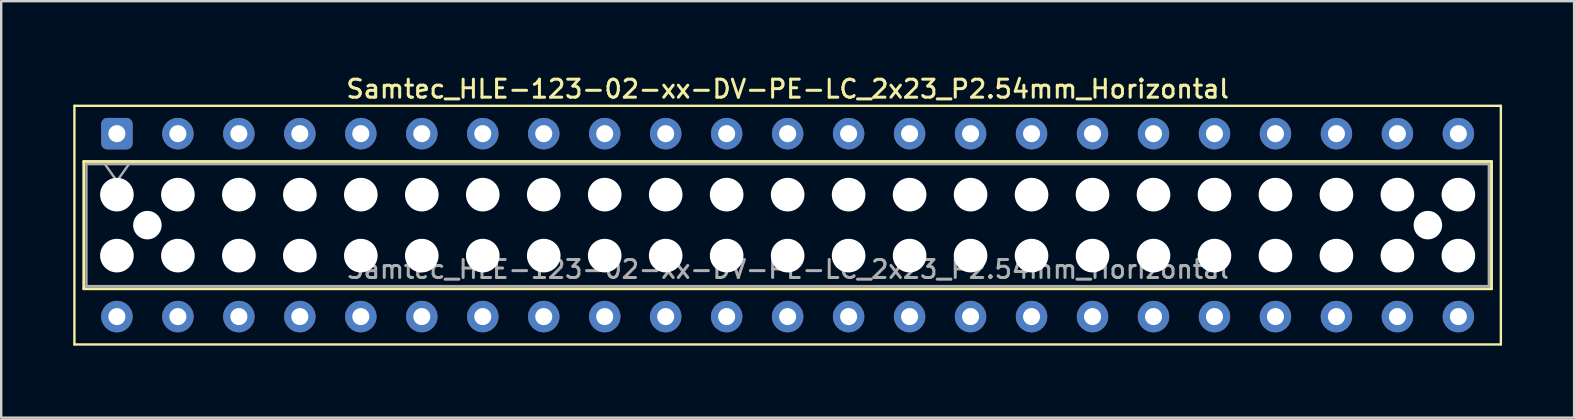
<source format=kicad_pcb>
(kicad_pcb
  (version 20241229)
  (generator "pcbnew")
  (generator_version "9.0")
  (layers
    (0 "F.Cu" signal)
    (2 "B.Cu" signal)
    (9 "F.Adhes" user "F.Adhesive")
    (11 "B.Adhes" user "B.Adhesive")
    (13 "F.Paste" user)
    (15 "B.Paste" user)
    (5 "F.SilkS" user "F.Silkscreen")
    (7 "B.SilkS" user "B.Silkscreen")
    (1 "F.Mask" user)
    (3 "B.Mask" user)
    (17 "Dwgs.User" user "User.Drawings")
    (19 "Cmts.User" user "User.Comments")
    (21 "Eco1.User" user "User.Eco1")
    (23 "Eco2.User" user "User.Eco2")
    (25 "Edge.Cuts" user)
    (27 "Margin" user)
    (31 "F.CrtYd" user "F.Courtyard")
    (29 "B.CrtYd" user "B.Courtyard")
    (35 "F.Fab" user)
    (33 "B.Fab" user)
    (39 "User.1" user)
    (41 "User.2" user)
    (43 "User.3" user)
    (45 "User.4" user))
  (footprint "Samtec_HLE-123-02-xx-DV-PE-LC_2x23_P2.54mm_Horizontal"
    (layer "F.Cu")
    (at 1.82 2.518)
    (property "Reference" "Samtec_HLE-123-02-xx-DV-PE-LC_2x23_P2.54mm_Horizontal" (at 27.94 -1.86 0) (layer "F.SilkS") (effects (font (size 0.75 0.75) (thickness 0.125))))
    (attr through_hole)
    (fp_line (start -1.77 -1.16) (end 57.65 -1.16) (stroke (width 0.1) (type solid)) (layer "F.SilkS"))
    (fp_line (start -1.77 8.78) (end -1.77 -1.16) (stroke (width 0.1) (type solid)) (layer "F.SilkS"))
    (fp_line (start -1.38 1.16) (end 57.26 1.16) (stroke (width 0.12) (type solid)) (layer "F.SilkS"))
    (fp_line (start -1.38 6.46) (end -1.38 1.16) (stroke (width 0.12) (type solid)) (layer "F.SilkS"))
    (fp_line (start 57.26 1.16) (end 57.26 6.46) (stroke (width 0.12) (type solid)) (layer "F.SilkS"))
    (fp_line (start 57.26 6.46) (end -1.38 6.46) (stroke (width 0.12) (type solid)) (layer "F.SilkS"))
    (fp_line (start 57.65 -1.16) (end 57.65 8.78) (stroke (width 0.1) (type solid)) (layer "F.SilkS"))
    (fp_line (start 57.65 8.78) (end -1.77 8.78) (stroke (width 0.1) (type solid)) (layer "F.SilkS"))
    (fp_line (start -1.27 1.27) (end 57.15 1.27) (stroke (width 0.1) (type solid)) (layer "F.Fab"))
    (fp_line (start -1.27 6.35) (end -1.27 1.27) (stroke (width 0.1) (type solid)) (layer "F.Fab"))
    (fp_line (start -0.5 1.27) (end 0 1.977) (stroke (width 0.1) (type solid)) (layer "F.Fab"))
    (fp_line (start 0 1.977) (end 0.5 1.27) (stroke (width 0.1) (type solid)) (layer "F.Fab"))
    (fp_line (start 57.15 1.27) (end 57.15 6.35) (stroke (width 0.1) (type solid)) (layer "F.Fab"))
    (fp_line (start 57.15 6.35) (end -1.27 6.35) (stroke (width 0.1) (type solid)) (layer "F.Fab"))
    (fp_text user "${REFERENCE}" (at 27.94 5.65 0) (layer "F.Fab") (effects (font (size 0.75 0.75) (thickness 0.125))))
    (pad "" np_thru_hole circle (at 0 2.54) (size 1.4 1.4) (drill 1.4) (layers "*.Cu" "*.Mask"))
    (pad "" np_thru_hole circle (at 0 5.08) (size 1.4 1.4) (drill 1.4) (layers "*.Cu" "*.Mask"))
    (pad "" np_thru_hole circle (at 1.27 3.81) (size 1.19 1.19) (drill 1.19) (layers "*.Cu" "*.Mask"))
    (pad "" np_thru_hole circle (at 2.54 2.54) (size 1.4 1.4) (drill 1.4) (layers "*.Cu" "*.Mask"))
    (pad "" np_thru_hole circle (at 2.54 5.08) (size 1.4 1.4) (drill 1.4) (layers "*.Cu" "*.Mask"))
    (pad "" np_thru_hole circle (at 5.08 2.54) (size 1.4 1.4) (drill 1.4) (layers "*.Cu" "*.Mask"))
    (pad "" np_thru_hole circle (at 5.08 5.08) (size 1.4 1.4) (drill 1.4) (layers "*.Cu" "*.Mask"))
    (pad "" np_thru_hole circle (at 7.62 2.54) (size 1.4 1.4) (drill 1.4) (layers "*.Cu" "*.Mask"))
    (pad "" np_thru_hole circle (at 7.62 5.08) (size 1.4 1.4) (drill 1.4) (layers "*.Cu" "*.Mask"))
    (pad "" np_thru_hole circle (at 10.16 2.54) (size 1.4 1.4) (drill 1.4) (layers "*.Cu" "*.Mask"))
    (pad "" np_thru_hole circle (at 10.16 5.08) (size 1.4 1.4) (drill 1.4) (layers "*.Cu" "*.Mask"))
    (pad "" np_thru_hole circle (at 12.7 2.54) (size 1.4 1.4) (drill 1.4) (layers "*.Cu" "*.Mask"))
    (pad "" np_thru_hole circle (at 12.7 5.08) (size 1.4 1.4) (drill 1.4) (layers "*.Cu" "*.Mask"))
    (pad "" np_thru_hole circle (at 15.24 2.54) (size 1.4 1.4) (drill 1.4) (layers "*.Cu" "*.Mask"))
    (pad "" np_thru_hole circle (at 15.24 5.08) (size 1.4 1.4) (drill 1.4) (layers "*.Cu" "*.Mask"))
    (pad "" np_thru_hole circle (at 17.78 2.54) (size 1.4 1.4) (drill 1.4) (layers "*.Cu" "*.Mask"))
    (pad "" np_thru_hole circle (at 17.78 5.08) (size 1.4 1.4) (drill 1.4) (layers "*.Cu" "*.Mask"))
    (pad "" np_thru_hole circle (at 20.32 2.54) (size 1.4 1.4) (drill 1.4) (layers "*.Cu" "*.Mask"))
    (pad "" np_thru_hole circle (at 20.32 5.08) (size 1.4 1.4) (drill 1.4) (layers "*.Cu" "*.Mask"))
    (pad "" np_thru_hole circle (at 22.86 2.54) (size 1.4 1.4) (drill 1.4) (layers "*.Cu" "*.Mask"))
    (pad "" np_thru_hole circle (at 22.86 5.08) (size 1.4 1.4) (drill 1.4) (layers "*.Cu" "*.Mask"))
    (pad "" np_thru_hole circle (at 25.4 2.54) (size 1.4 1.4) (drill 1.4) (layers "*.Cu" "*.Mask"))
    (pad "" np_thru_hole circle (at 25.4 5.08) (size 1.4 1.4) (drill 1.4) (layers "*.Cu" "*.Mask"))
    (pad "" np_thru_hole circle (at 27.94 2.54) (size 1.4 1.4) (drill 1.4) (layers "*.Cu" "*.Mask"))
    (pad "" np_thru_hole circle (at 27.94 5.08) (size 1.4 1.4) (drill 1.4) (layers "*.Cu" "*.Mask"))
    (pad "" np_thru_hole circle (at 30.48 2.54) (size 1.4 1.4) (drill 1.4) (layers "*.Cu" "*.Mask"))
    (pad "" np_thru_hole circle (at 30.48 5.08) (size 1.4 1.4) (drill 1.4) (layers "*.Cu" "*.Mask"))
    (pad "" np_thru_hole circle (at 33.02 2.54) (size 1.4 1.4) (drill 1.4) (layers "*.Cu" "*.Mask"))
    (pad "" np_thru_hole circle (at 33.02 5.08) (size 1.4 1.4) (drill 1.4) (layers "*.Cu" "*.Mask"))
    (pad "" np_thru_hole circle (at 35.56 2.54) (size 1.4 1.4) (drill 1.4) (layers "*.Cu" "*.Mask"))
    (pad "" np_thru_hole circle (at 35.56 5.08) (size 1.4 1.4) (drill 1.4) (layers "*.Cu" "*.Mask"))
    (pad "" np_thru_hole circle (at 38.1 2.54) (size 1.4 1.4) (drill 1.4) (layers "*.Cu" "*.Mask"))
    (pad "" np_thru_hole circle (at 38.1 5.08) (size 1.4 1.4) (drill 1.4) (layers "*.Cu" "*.Mask"))
    (pad "" np_thru_hole circle (at 40.64 2.54) (size 1.4 1.4) (drill 1.4) (layers "*.Cu" "*.Mask"))
    (pad "" np_thru_hole circle (at 40.64 5.08) (size 1.4 1.4) (drill 1.4) (layers "*.Cu" "*.Mask"))
    (pad "" np_thru_hole circle (at 43.18 2.54) (size 1.4 1.4) (drill 1.4) (layers "*.Cu" "*.Mask"))
    (pad "" np_thru_hole circle (at 43.18 5.08) (size 1.4 1.4) (drill 1.4) (layers "*.Cu" "*.Mask"))
    (pad "" np_thru_hole circle (at 45.72 2.54) (size 1.4 1.4) (drill 1.4) (layers "*.Cu" "*.Mask"))
    (pad "" np_thru_hole circle (at 45.72 5.08) (size 1.4 1.4) (drill 1.4) (layers "*.Cu" "*.Mask"))
    (pad "" np_thru_hole circle (at 48.26 2.54) (size 1.4 1.4) (drill 1.4) (layers "*.Cu" "*.Mask"))
    (pad "" np_thru_hole circle (at 48.26 5.08) (size 1.4 1.4) (drill 1.4) (layers "*.Cu" "*.Mask"))
    (pad "" np_thru_hole circle (at 50.8 2.54) (size 1.4 1.4) (drill 1.4) (layers "*.Cu" "*.Mask"))
    (pad "" np_thru_hole circle (at 50.8 5.08) (size 1.4 1.4) (drill 1.4) (layers "*.Cu" "*.Mask"))
    (pad "" np_thru_hole circle (at 53.34 2.54) (size 1.4 1.4) (drill 1.4) (layers "*.Cu" "*.Mask"))
    (pad "" np_thru_hole circle (at 53.34 5.08) (size 1.4 1.4) (drill 1.4) (layers "*.Cu" "*.Mask"))
    (pad "" np_thru_hole circle (at 54.61 3.81) (size 1.19 1.19) (drill 1.19) (layers "*.Cu" "*.Mask"))
    (pad "" np_thru_hole circle (at 55.88 2.54) (size 1.4 1.4) (drill 1.4) (layers "*.Cu" "*.Mask"))
    (pad "" np_thru_hole circle (at 55.88 5.08) (size 1.4 1.4) (drill 1.4) (layers "*.Cu" "*.Mask"))
    (pad "1" thru_hole roundrect (at 0 0) (size 1.31 1.31) (drill 0.71) (layers "*.Cu" "*.Mask") (roundrect_rratio 0.191))
    (pad "2" thru_hole circle (at 0 7.62) (size 1.31 1.31) (drill 0.71) (layers "*.Cu" "*.Mask"))
    (pad "3" thru_hole circle (at 2.54 0) (size 1.31 1.31) (drill 0.71) (layers "*.Cu" "*.Mask"))
    (pad "4" thru_hole circle (at 2.54 7.62) (size 1.31 1.31) (drill 0.71) (layers "*.Cu" "*.Mask"))
    (pad "5" thru_hole circle (at 5.08 0) (size 1.31 1.31) (drill 0.71) (layers "*.Cu" "*.Mask"))
    (pad "6" thru_hole circle (at 5.08 7.62) (size 1.31 1.31) (drill 0.71) (layers "*.Cu" "*.Mask"))
    (pad "7" thru_hole circle (at 7.62 0) (size 1.31 1.31) (drill 0.71) (layers "*.Cu" "*.Mask"))
    (pad "8" thru_hole circle (at 7.62 7.62) (size 1.31 1.31) (drill 0.71) (layers "*.Cu" "*.Mask"))
    (pad "9" thru_hole circle (at 10.16 0) (size 1.31 1.31) (drill 0.71) (layers "*.Cu" "*.Mask"))
    (pad "10" thru_hole circle (at 10.16 7.62) (size 1.31 1.31) (drill 0.71) (layers "*.Cu" "*.Mask"))
    (pad "11" thru_hole circle (at 12.7 0) (size 1.31 1.31) (drill 0.71) (layers "*.Cu" "*.Mask"))
    (pad "12" thru_hole circle (at 12.7 7.62) (size 1.31 1.31) (drill 0.71) (layers "*.Cu" "*.Mask"))
    (pad "13" thru_hole circle (at 15.24 0) (size 1.31 1.31) (drill 0.71) (layers "*.Cu" "*.Mask"))
    (pad "14" thru_hole circle (at 15.24 7.62) (size 1.31 1.31) (drill 0.71) (layers "*.Cu" "*.Mask"))
    (pad "15" thru_hole circle (at 17.78 0) (size 1.31 1.31) (drill 0.71) (layers "*.Cu" "*.Mask"))
    (pad "16" thru_hole circle (at 17.78 7.62) (size 1.31 1.31) (drill 0.71) (layers "*.Cu" "*.Mask"))
    (pad "17" thru_hole circle (at 20.32 0) (size 1.31 1.31) (drill 0.71) (layers "*.Cu" "*.Mask"))
    (pad "18" thru_hole circle (at 20.32 7.62) (size 1.31 1.31) (drill 0.71) (layers "*.Cu" "*.Mask"))
    (pad "19" thru_hole circle (at 22.86 0) (size 1.31 1.31) (drill 0.71) (layers "*.Cu" "*.Mask"))
    (pad "20" thru_hole circle (at 22.86 7.62) (size 1.31 1.31) (drill 0.71) (layers "*.Cu" "*.Mask"))
    (pad "21" thru_hole circle (at 25.4 0) (size 1.31 1.31) (drill 0.71) (layers "*.Cu" "*.Mask"))
    (pad "22" thru_hole circle (at 25.4 7.62) (size 1.31 1.31) (drill 0.71) (layers "*.Cu" "*.Mask"))
    (pad "23" thru_hole circle (at 27.94 0) (size 1.31 1.31) (drill 0.71) (layers "*.Cu" "*.Mask"))
    (pad "24" thru_hole circle (at 27.94 7.62) (size 1.31 1.31) (drill 0.71) (layers "*.Cu" "*.Mask"))
    (pad "25" thru_hole circle (at 30.48 0) (size 1.31 1.31) (drill 0.71) (layers "*.Cu" "*.Mask"))
    (pad "26" thru_hole circle (at 30.48 7.62) (size 1.31 1.31) (drill 0.71) (layers "*.Cu" "*.Mask"))
    (pad "27" thru_hole circle (at 33.02 0) (size 1.31 1.31) (drill 0.71) (layers "*.Cu" "*.Mask"))
    (pad "28" thru_hole circle (at 33.02 7.62) (size 1.31 1.31) (drill 0.71) (layers "*.Cu" "*.Mask"))
    (pad "29" thru_hole circle (at 35.56 0) (size 1.31 1.31) (drill 0.71) (layers "*.Cu" "*.Mask"))
    (pad "30" thru_hole circle (at 35.56 7.62) (size 1.31 1.31) (drill 0.71) (layers "*.Cu" "*.Mask"))
    (pad "31" thru_hole circle (at 38.1 0) (size 1.31 1.31) (drill 0.71) (layers "*.Cu" "*.Mask"))
    (pad "32" thru_hole circle (at 38.1 7.62) (size 1.31 1.31) (drill 0.71) (layers "*.Cu" "*.Mask"))
    (pad "33" thru_hole circle (at 40.64 0) (size 1.31 1.31) (drill 0.71) (layers "*.Cu" "*.Mask"))
    (pad "34" thru_hole circle (at 40.64 7.62) (size 1.31 1.31) (drill 0.71) (layers "*.Cu" "*.Mask"))
    (pad "35" thru_hole circle (at 43.18 0) (size 1.31 1.31) (drill 0.71) (layers "*.Cu" "*.Mask"))
    (pad "36" thru_hole circle (at 43.18 7.62) (size 1.31 1.31) (drill 0.71) (layers "*.Cu" "*.Mask"))
    (pad "37" thru_hole circle (at 45.72 0) (size 1.31 1.31) (drill 0.71) (layers "*.Cu" "*.Mask"))
    (pad "38" thru_hole circle (at 45.72 7.62) (size 1.31 1.31) (drill 0.71) (layers "*.Cu" "*.Mask"))
    (pad "39" thru_hole circle (at 48.26 0) (size 1.31 1.31) (drill 0.71) (layers "*.Cu" "*.Mask"))
    (pad "40" thru_hole circle (at 48.26 7.62) (size 1.31 1.31) (drill 0.71) (layers "*.Cu" "*.Mask"))
    (pad "41" thru_hole circle (at 50.8 0) (size 1.31 1.31) (drill 0.71) (layers "*.Cu" "*.Mask"))
    (pad "42" thru_hole circle (at 50.8 7.62) (size 1.31 1.31) (drill 0.71) (layers "*.Cu" "*.Mask"))
    (pad "43" thru_hole circle (at 53.34 0) (size 1.31 1.31) (drill 0.71) (layers "*.Cu" "*.Mask"))
    (pad "44" thru_hole circle (at 53.34 7.62) (size 1.31 1.31) (drill 0.71) (layers "*.Cu" "*.Mask"))
    (pad "45" thru_hole circle (at 55.88 0) (size 1.31 1.31) (drill 0.71) (layers "*.Cu" "*.Mask"))
    (pad "46" thru_hole circle (at 55.88 7.62) (size 1.31 1.31) (drill 0.71) (layers "*.Cu" "*.Mask")))
  (gr_rect
    (start -3 -3)
    (end 62.52 14.348)
    (stroke (width 0.1) (type default))
    (fill no)
    (layer "Edge.Cuts")))
</source>
